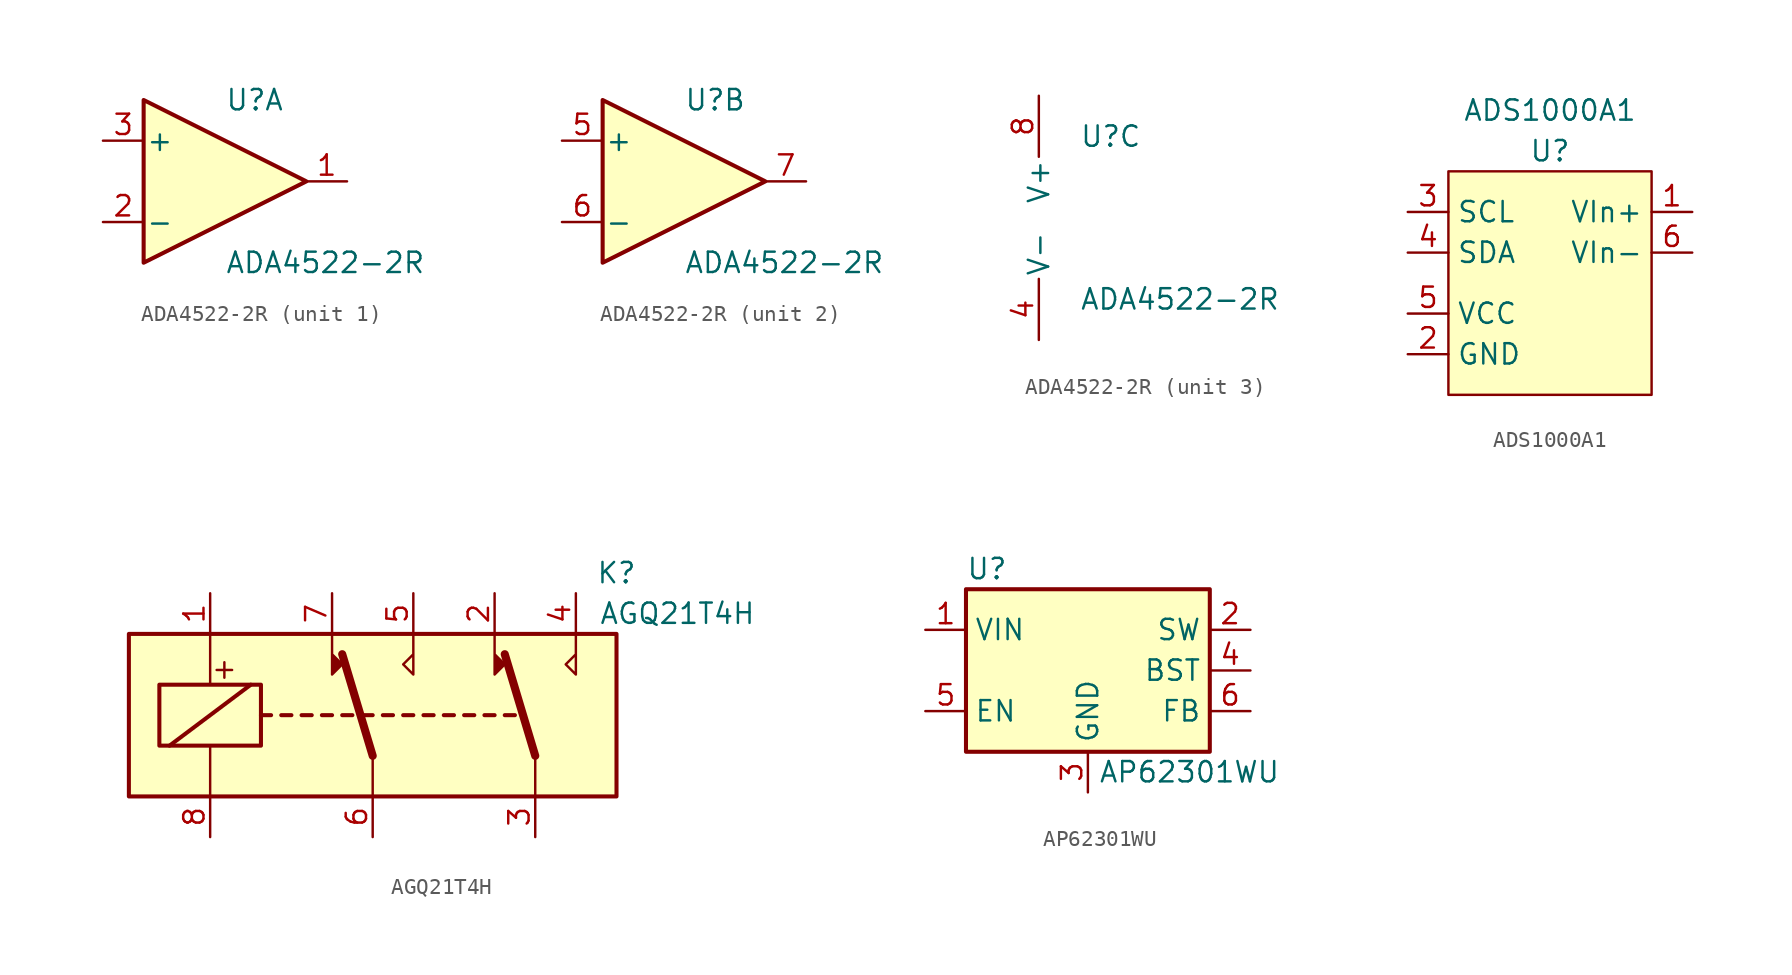
<source format=kicad_sym>
(kicad_symbol_lib
  (version 20211014)
  (generator kicad_symbol_editor)
  (symbol "ADA4522-2R"
    (pin_names
      (offset 0.127))
    (property "Reference" "U"
      (at 0 5.08 0)
      (effects (font (size 1.27 1.27)) (justify left)))
    (property "Value" "ADA4522-2R"
      (at 0 -5.08 0)
      (effects (font (size 1.27 1.27)) (justify left)))
    (property "ki_locked" ""
      (at 0 0 0)
      (effects (font (size 1.27 1.27))))
    (symbol "ADA4522-2R_1_1"
      (polyline (pts (xy -5.08 5.08) (xy 5.08 0) (xy -5.08 -5.08) (xy -5.08 5.08)) (stroke (width 0.254) (type default) (color 0 0 0 0)) (fill (type background)))
      (pin output line (at 7.62 0 180) (length 2.54) (name "~" (effects (font (size 1.27 1.27)))) (number "1" (effects (font (size 1.27 1.27)))))
      (pin input line (at -7.62 -2.54 0) (length 2.54) (name "-" (effects (font (size 1.27 1.27)))) (number "2" (effects (font (size 1.27 1.27)))))
      (pin input line (at -7.62 2.54 0) (length 2.54) (name "+" (effects (font (size 1.27 1.27)))) (number "3" (effects (font (size 1.27 1.27))))))
    (symbol "ADA4522-2R_2_1"
      (polyline (pts (xy -5.08 5.08) (xy 5.08 0) (xy -5.08 -5.08) (xy -5.08 5.08)) (stroke (width 0.254) (type default) (color 0 0 0 0)) (fill (type background)))
      (pin input line (at -7.62 2.54 0) (length 2.54) (name "+" (effects (font (size 1.27 1.27)))) (number "5" (effects (font (size 1.27 1.27)))))
      (pin input line (at -7.62 -2.54 0) (length 2.54) (name "-" (effects (font (size 1.27 1.27)))) (number "6" (effects (font (size 1.27 1.27)))))
      (pin output line (at 7.62 0 180) (length 2.54) (name "~" (effects (font (size 1.27 1.27)))) (number "7" (effects (font (size 1.27 1.27))))))
    (symbol "ADA4522-2R_3_1"
      (pin power_in line (at -2.54 -7.62 90) (length 3.81) (name "V-" (effects (font (size 1.27 1.27)))) (number "4" (effects (font (size 1.27 1.27)))))
      (pin power_in line (at -2.54 7.62 270) (length 3.81) (name "V+" (effects (font (size 1.27 1.27)))) (number "8" (effects (font (size 1.27 1.27)))))))
  (symbol "ADS1000A1"
    (property "Reference" "U"
      (at 0 1.27 0)
      (effects (font (size 1.27 1.27))))
    (property "Value" "ADS1000A1"
      (at 0 3.81 0)
      (effects (font (size 1.27 1.27))))
    (symbol "ADS1000A1_0_1"
      (rectangle (start -6.35 0) (end 6.35 -13.97) (stroke (width 0) (type default) (color 0 0 0 0)) (fill (type background))))
    (symbol "ADS1000A1_1_1"
      (pin input line (at 8.89 -2.54 180) (length 2.54) (name "VIn+" (effects (font (size 1.27 1.27)))) (number "1" (effects (font (size 1.27 1.27)))))
      (pin power_in line (at -8.89 -11.43 0) (length 2.54) (name "GND" (effects (font (size 1.27 1.27)))) (number "2" (effects (font (size 1.27 1.27)))))
      (pin bidirectional line (at -8.89 -2.54 0) (length 2.54) (name "SCL" (effects (font (size 1.27 1.27)))) (number "3" (effects (font (size 1.27 1.27)))))
      (pin bidirectional line (at -8.89 -5.08 0) (length 2.54) (name "SDA" (effects (font (size 1.27 1.27)))) (number "4" (effects (font (size 1.27 1.27)))))
      (pin power_in line (at -8.89 -8.89 0) (length 2.54) (name "VCC" (effects (font (size 1.27 1.27)))) (number "5" (effects (font (size 1.27 1.27)))))
      (pin input line (at 8.89 -5.08 180) (length 2.54) (name "VIn-" (effects (font (size 1.27 1.27)))) (number "6" (effects (font (size 1.27 1.27)))))))
  (symbol "AGQ21T4H"
    (property "Reference" "K"
      (at 15.24 8.89 0)
      (effects (font (size 1.27 1.27))))
    (property "Value" "AGQ21T4H"
      (at 19.05 6.35 0)
      (effects (font (size 1.27 1.27))))
    (symbol "AGQ21T4H_1_1"
      (rectangle (start -15.24 5.08) (end 15.24 -5.08) (stroke (width 0.254) (type default) (color 0 0 0 0)) (fill (type background)))
      (rectangle (start -13.335 1.905) (end -6.985 -1.905) (stroke (width 0.254) (type default) (color 0 0 0 0)) (fill (type none)))
      (polyline (pts (xy -12.7 -1.905) (xy -7.62 1.905)) (stroke (width 0.254) (type default) (color 0 0 0 0)) (fill (type none)))
      (polyline (pts (xy -10.16 -5.08) (xy -10.16 -1.905)) (stroke (width 0) (type default) (color 0 0 0 0)) (fill (type none)))
      (polyline (pts (xy -10.16 5.08) (xy -10.16 1.905)) (stroke (width 0) (type default) (color 0 0 0 0)) (fill (type none)))
      (polyline (pts (xy -6.985 0) (xy -6.35 0)) (stroke (width 0.254) (type default) (color 0 0 0 0)) (fill (type none)))
      (polyline (pts (xy -5.715 0) (xy -5.08 0)) (stroke (width 0.254) (type default) (color 0 0 0 0)) (fill (type none)))
      (polyline (pts (xy -4.445 0) (xy -3.81 0)) (stroke (width 0.254) (type default) (color 0 0 0 0)) (fill (type none)))
      (polyline (pts (xy -3.175 0) (xy -2.54 0)) (stroke (width 0.254) (type default) (color 0 0 0 0)) (fill (type none)))
      (polyline (pts (xy -1.905 0) (xy -1.27 0)) (stroke (width 0.254) (type default) (color 0 0 0 0)) (fill (type none)))
      (polyline (pts (xy -0.635 0) (xy 0 0)) (stroke (width 0.254) (type default) (color 0 0 0 0)) (fill (type none)))
      (polyline (pts (xy 0 -2.54) (xy -1.905 3.81)) (stroke (width 0.508) (type default) (color 0 0 0 0)) (fill (type none)))
      (polyline (pts (xy 0 -2.54) (xy 0 -5.08)) (stroke (width 0) (type default) (color 0 0 0 0)) (fill (type none)))
      (polyline (pts (xy 0.635 0) (xy 1.27 0)) (stroke (width 0.254) (type default) (color 0 0 0 0)) (fill (type none)))
      (polyline (pts (xy 1.905 0) (xy 2.54 0)) (stroke (width 0.254) (type default) (color 0 0 0 0)) (fill (type none)))
      (polyline (pts (xy 3.175 0) (xy 3.81 0)) (stroke (width 0.254) (type default) (color 0 0 0 0)) (fill (type none)))
      (polyline (pts (xy 4.445 0) (xy 5.08 0)) (stroke (width 0.254) (type default) (color 0 0 0 0)) (fill (type none)))
      (polyline (pts (xy 5.715 0) (xy 6.35 0)) (stroke (width 0.254) (type default) (color 0 0 0 0)) (fill (type none)))
      (polyline (pts (xy 6.985 0) (xy 7.62 0)) (stroke (width 0.254) (type default) (color 0 0 0 0)) (fill (type none)))
      (polyline (pts (xy 8.255 0) (xy 8.89 0)) (stroke (width 0.254) (type default) (color 0 0 0 0)) (fill (type none)))
      (polyline (pts (xy 10.16 -2.54) (xy 8.255 3.81)) (stroke (width 0.508) (type default) (color 0 0 0 0)) (fill (type none)))
      (polyline (pts (xy 10.16 -2.54) (xy 10.16 -5.08)) (stroke (width 0) (type default) (color 0 0 0 0)) (fill (type none)))
      (polyline (pts (xy -2.54 5.08) (xy -2.54 2.54) (xy -1.905 3.175) (xy -2.54 3.81)) (stroke (width 0) (type default) (color 0 0 0 0)) (fill (type outline)))
      (polyline (pts (xy 2.54 5.08) (xy 2.54 2.54) (xy 1.905 3.175) (xy 2.54 3.81)) (stroke (width 0) (type default) (color 0 0 0 0)) (fill (type none)))
      (polyline (pts (xy 7.62 5.08) (xy 7.62 2.54) (xy 8.255 3.175) (xy 7.62 3.81)) (stroke (width 0) (type default) (color 0 0 0 0)) (fill (type outline)))
      (polyline (pts (xy 12.7 5.08) (xy 12.7 2.54) (xy 12.065 3.175) (xy 12.7 3.81)) (stroke (width 0) (type default) (color 0 0 0 0)) (fill (type none)))
      (text "+" (at -9.271 2.921 0) (effects (font (size 1.27 1.27))))
      (pin passive line (at -10.16 7.62 270) (length 2.54) (name "~" (effects (font (size 1.27 1.27)))) (number "1" (effects (font (size 1.27 1.27)))))
      (pin passive line (at 7.62 7.62 270) (length 2.54) (name "~" (effects (font (size 1.27 1.27)))) (number "2" (effects (font (size 1.27 1.27)))))
      (pin passive line (at 10.16 -7.62 90) (length 2.54) (name "~" (effects (font (size 1.27 1.27)))) (number "3" (effects (font (size 1.27 1.27)))))
      (pin passive line (at 12.7 7.62 270) (length 2.54) (name "~" (effects (font (size 1.27 1.27)))) (number "4" (effects (font (size 1.27 1.27)))))
      (pin passive line (at 2.54 7.62 270) (length 2.54) (name "~" (effects (font (size 1.27 1.27)))) (number "5" (effects (font (size 1.27 1.27)))))
      (pin passive line (at 0 -7.62 90) (length 2.54) (name "~" (effects (font (size 1.27 1.27)))) (number "6" (effects (font (size 1.27 1.27)))))
      (pin passive line (at -2.54 7.62 270) (length 2.54) (name "~" (effects (font (size 1.27 1.27)))) (number "7" (effects (font (size 1.27 1.27)))))
      (pin passive line (at -10.16 -7.62 90) (length 2.54) (name "~" (effects (font (size 1.27 1.27)))) (number "8" (effects (font (size 1.27 1.27)))))))
  (symbol "AP62301WU"
    (property "Reference" "U"
      (at -7.62 6.35 0)
      (effects (font (size 1.27 1.27)) (justify left)))
    (property "Value" "AP62301WU"
      (at 6.35 -6.35 0)
      (effects (font (size 1.27 1.27))))
    (symbol "AP62301WU_0_1"
      (rectangle (start -7.62 5.08) (end 7.62 -5.08) (stroke (width 0.254) (type default) (color 0 0 0 0)) (fill (type background))))
    (symbol "AP62301WU_1_1"
      (pin power_in line (at -10.16 2.54 0) (length 2.54) (name "VIN" (effects (font (size 1.27 1.27)))) (number "1" (effects (font (size 1.27 1.27)))))
      (pin output line (at 10.16 2.54 180) (length 2.54) (name "SW" (effects (font (size 1.27 1.27)))) (number "2" (effects (font (size 1.27 1.27)))))
      (pin power_in line (at 0 -7.62 90) (length 2.54) (name "GND" (effects (font (size 1.27 1.27)))) (number "3" (effects (font (size 1.27 1.27)))))
      (pin passive line (at 10.16 0 180) (length 2.54) (name "BST" (effects (font (size 1.27 1.27)))) (number "4" (effects (font (size 1.27 1.27)))))
      (pin input line (at -10.16 -2.54 0) (length 2.54) (name "EN" (effects (font (size 1.27 1.27)))) (number "5" (effects (font (size 1.27 1.27)))))
      (pin input line (at 10.16 -2.54 180) (length 2.54) (name "FB" (effects (font (size 1.27 1.27)))) (number "6" (effects (font (size 1.27 1.27))))))))
</source>
